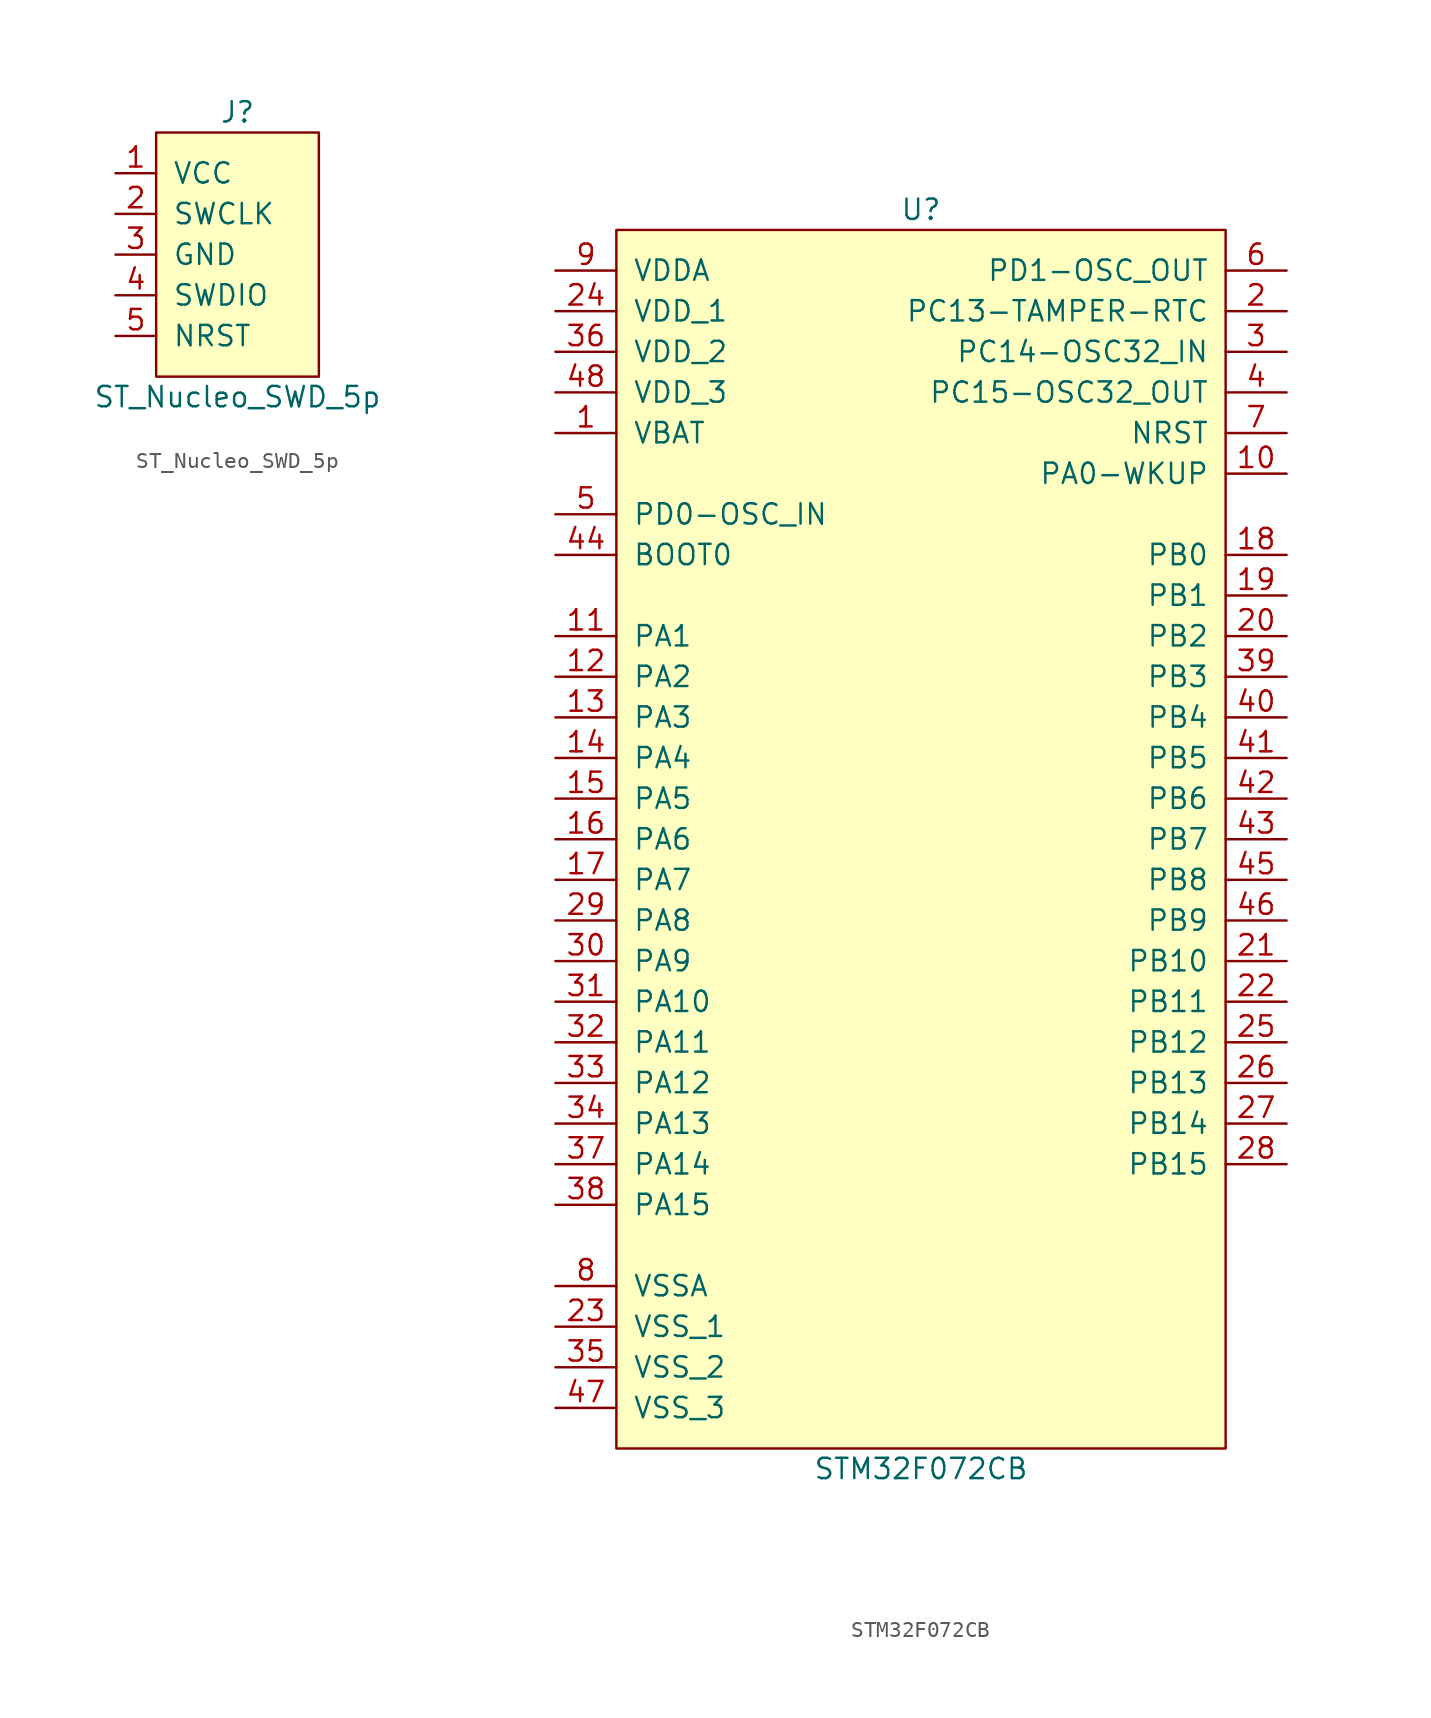
<source format=kicad_sym>
(kicad_symbol_lib
  (version 20220914)
  (generator kicad_symbol_editor)
  (symbol "ST_Nucleo_SWD_5p"
    (pin_names
      (offset 1.016))
    (property "Reference" "J"
      (at 0 8.89 0)
      (effects (font (size 1.27 1.27))))
    (property "Value" "ST_Nucleo_SWD_5p"
      (at 0 -8.89 0)
      (effects (font (size 1.27 1.27))))
    (property "Datasheet" ""
      (at 3.81 1.27 0)
      (effects (font (size 1.524 1.524))))
    (symbol "ST_Nucleo_SWD_5p_0_1"
      (rectangle (start -5.08 7.62) (end 5.08 -7.62) (stroke (width 0) (type default)) (fill (type background))))
    (symbol "ST_Nucleo_SWD_5p_1_1"
      (pin passive line (at -7.62 5.08 0) (length 2.54) (name "VCC" (effects (font (size 1.27 1.27)))) (number "1" (effects (font (size 1.27 1.27)))))
      (pin passive line (at -7.62 2.54 0) (length 2.54) (name "SWCLK" (effects (font (size 1.27 1.27)))) (number "2" (effects (font (size 1.27 1.27)))))
      (pin passive line (at -7.62 0 0) (length 2.54) (name "GND" (effects (font (size 1.27 1.27)))) (number "3" (effects (font (size 1.27 1.27)))))
      (pin passive line (at -7.62 -2.54 0) (length 2.54) (name "SWDIO" (effects (font (size 1.27 1.27)))) (number "4" (effects (font (size 1.27 1.27)))))
      (pin passive line (at -7.62 -5.08 0) (length 2.54) (name "NRST" (effects (font (size 1.27 1.27)))) (number "5" (effects (font (size 1.27 1.27)))))))
  (symbol "STM32F072CB"
    (pin_names
      (offset 1.016))
    (property "Reference" "U"
      (at 0 39.37 0)
      (effects (font (size 1.27 1.27))))
    (property "Value" "STM32F072CB"
      (at 0 -39.37 0)
      (effects (font (size 1.27 1.27))))
    (property "Datasheet" ""
      (at 0 0 0)
      (effects (font (size 1.27 1.27))))
    (property "ki_locked" ""
      (at 0 0 0)
      (effects (font (size 1.27 1.27))))
    (symbol "STM32F072CB_0_1"
      (rectangle (start -19.05 38.1) (end 19.05 -38.1) (stroke (width 0) (type default)) (fill (type background))))
    (symbol "STM32F072CB_1_1"
      (pin power_in line (at -22.86 25.4 0) (length 3.81) (name "VBAT" (effects (font (size 1.27 1.27)))) (number "1" (effects (font (size 1.27 1.27)))))
      (pin bidirectional line (at 22.86 22.86 180) (length 3.81) (name "PA0-WKUP" (effects (font (size 1.27 1.27)))) (number "10" (effects (font (size 1.27 1.27)))))
      (pin bidirectional line (at -22.86 12.7 0) (length 3.81) (name "PA1" (effects (font (size 1.27 1.27)))) (number "11" (effects (font (size 1.27 1.27)))))
      (pin bidirectional line (at -22.86 10.16 0) (length 3.81) (name "PA2" (effects (font (size 1.27 1.27)))) (number "12" (effects (font (size 1.27 1.27)))))
      (pin bidirectional line (at -22.86 7.62 0) (length 3.81) (name "PA3" (effects (font (size 1.27 1.27)))) (number "13" (effects (font (size 1.27 1.27)))))
      (pin bidirectional line (at -22.86 5.08 0) (length 3.81) (name "PA4" (effects (font (size 1.27 1.27)))) (number "14" (effects (font (size 1.27 1.27)))))
      (pin bidirectional line (at -22.86 2.54 0) (length 3.81) (name "PA5" (effects (font (size 1.27 1.27)))) (number "15" (effects (font (size 1.27 1.27)))))
      (pin bidirectional line (at -22.86 0 0) (length 3.81) (name "PA6" (effects (font (size 1.27 1.27)))) (number "16" (effects (font (size 1.27 1.27)))))
      (pin bidirectional line (at -22.86 -2.54 0) (length 3.81) (name "PA7" (effects (font (size 1.27 1.27)))) (number "17" (effects (font (size 1.27 1.27)))))
      (pin bidirectional line (at 22.86 17.78 180) (length 3.81) (name "PB0" (effects (font (size 1.27 1.27)))) (number "18" (effects (font (size 1.27 1.27)))))
      (pin bidirectional line (at 22.86 15.24 180) (length 3.81) (name "PB1" (effects (font (size 1.27 1.27)))) (number "19" (effects (font (size 1.27 1.27)))))
      (pin bidirectional line (at 22.86 33.02 180) (length 3.81) (name "PC13-TAMPER-RTC" (effects (font (size 1.27 1.27)))) (number "2" (effects (font (size 1.27 1.27)))))
      (pin bidirectional line (at 22.86 12.7 180) (length 3.81) (name "PB2" (effects (font (size 1.27 1.27)))) (number "20" (effects (font (size 1.27 1.27)))))
      (pin bidirectional line (at 22.86 -7.62 180) (length 3.81) (name "PB10" (effects (font (size 1.27 1.27)))) (number "21" (effects (font (size 1.27 1.27)))))
      (pin bidirectional line (at 22.86 -10.16 180) (length 3.81) (name "PB11" (effects (font (size 1.27 1.27)))) (number "22" (effects (font (size 1.27 1.27)))))
      (pin power_in line (at -22.86 -30.48 0) (length 3.81) (name "VSS_1" (effects (font (size 1.27 1.27)))) (number "23" (effects (font (size 1.27 1.27)))))
      (pin power_in line (at -22.86 33.02 0) (length 3.81) (name "VDD_1" (effects (font (size 1.27 1.27)))) (number "24" (effects (font (size 1.27 1.27)))))
      (pin bidirectional line (at 22.86 -12.7 180) (length 3.81) (name "PB12" (effects (font (size 1.27 1.27)))) (number "25" (effects (font (size 1.27 1.27)))))
      (pin bidirectional line (at 22.86 -15.24 180) (length 3.81) (name "PB13" (effects (font (size 1.27 1.27)))) (number "26" (effects (font (size 1.27 1.27)))))
      (pin bidirectional line (at 22.86 -17.78 180) (length 3.81) (name "PB14" (effects (font (size 1.27 1.27)))) (number "27" (effects (font (size 1.27 1.27)))))
      (pin bidirectional line (at 22.86 -20.32 180) (length 3.81) (name "PB15" (effects (font (size 1.27 1.27)))) (number "28" (effects (font (size 1.27 1.27)))))
      (pin bidirectional line (at -22.86 -5.08 0) (length 3.81) (name "PA8" (effects (font (size 1.27 1.27)))) (number "29" (effects (font (size 1.27 1.27)))))
      (pin bidirectional line (at 22.86 30.48 180) (length 3.81) (name "PC14-OSC32_IN" (effects (font (size 1.27 1.27)))) (number "3" (effects (font (size 1.27 1.27)))))
      (pin bidirectional line (at -22.86 -7.62 0) (length 3.81) (name "PA9" (effects (font (size 1.27 1.27)))) (number "30" (effects (font (size 1.27 1.27)))))
      (pin bidirectional line (at -22.86 -10.16 0) (length 3.81) (name "PA10" (effects (font (size 1.27 1.27)))) (number "31" (effects (font (size 1.27 1.27)))))
      (pin bidirectional line (at -22.86 -12.7 0) (length 3.81) (name "PA11" (effects (font (size 1.27 1.27)))) (number "32" (effects (font (size 1.27 1.27)))))
      (pin bidirectional line (at -22.86 -15.24 0) (length 3.81) (name "PA12" (effects (font (size 1.27 1.27)))) (number "33" (effects (font (size 1.27 1.27)))))
      (pin bidirectional line (at -22.86 -17.78 0) (length 3.81) (name "PA13" (effects (font (size 1.27 1.27)))) (number "34" (effects (font (size 1.27 1.27)))))
      (pin power_in line (at -22.86 -33.02 0) (length 3.81) (name "VSS_2" (effects (font (size 1.27 1.27)))) (number "35" (effects (font (size 1.27 1.27)))))
      (pin power_in line (at -22.86 30.48 0) (length 3.81) (name "VDD_2" (effects (font (size 1.27 1.27)))) (number "36" (effects (font (size 1.27 1.27)))))
      (pin bidirectional line (at -22.86 -20.32 0) (length 3.81) (name "PA14" (effects (font (size 1.27 1.27)))) (number "37" (effects (font (size 1.27 1.27)))))
      (pin bidirectional line (at -22.86 -22.86 0) (length 3.81) (name "PA15" (effects (font (size 1.27 1.27)))) (number "38" (effects (font (size 1.27 1.27)))))
      (pin bidirectional line (at 22.86 10.16 180) (length 3.81) (name "PB3" (effects (font (size 1.27 1.27)))) (number "39" (effects (font (size 1.27 1.27)))))
      (pin bidirectional line (at 22.86 27.94 180) (length 3.81) (name "PC15-OSC32_OUT" (effects (font (size 1.27 1.27)))) (number "4" (effects (font (size 1.27 1.27)))))
      (pin bidirectional line (at 22.86 7.62 180) (length 3.81) (name "PB4" (effects (font (size 1.27 1.27)))) (number "40" (effects (font (size 1.27 1.27)))))
      (pin bidirectional line (at 22.86 5.08 180) (length 3.81) (name "PB5" (effects (font (size 1.27 1.27)))) (number "41" (effects (font (size 1.27 1.27)))))
      (pin bidirectional line (at 22.86 2.54 180) (length 3.81) (name "PB6" (effects (font (size 1.27 1.27)))) (number "42" (effects (font (size 1.27 1.27)))))
      (pin bidirectional line (at 22.86 0 180) (length 3.81) (name "PB7" (effects (font (size 1.27 1.27)))) (number "43" (effects (font (size 1.27 1.27)))))
      (pin input line (at -22.86 17.78 0) (length 3.81) (name "BOOT0" (effects (font (size 1.27 1.27)))) (number "44" (effects (font (size 1.27 1.27)))))
      (pin bidirectional line (at 22.86 -2.54 180) (length 3.81) (name "PB8" (effects (font (size 1.27 1.27)))) (number "45" (effects (font (size 1.27 1.27)))))
      (pin bidirectional line (at 22.86 -5.08 180) (length 3.81) (name "PB9" (effects (font (size 1.27 1.27)))) (number "46" (effects (font (size 1.27 1.27)))))
      (pin power_in line (at -22.86 -35.56 0) (length 3.81) (name "VSS_3" (effects (font (size 1.27 1.27)))) (number "47" (effects (font (size 1.27 1.27)))))
      (pin power_in line (at -22.86 27.94 0) (length 3.81) (name "VDD_3" (effects (font (size 1.27 1.27)))) (number "48" (effects (font (size 1.27 1.27)))))
      (pin input line (at -22.86 20.32 0) (length 3.81) (name "PD0-OSC_IN" (effects (font (size 1.27 1.27)))) (number "5" (effects (font (size 1.27 1.27)))))
      (pin input line (at 22.86 35.56 180) (length 3.81) (name "PD1-OSC_OUT" (effects (font (size 1.27 1.27)))) (number "6" (effects (font (size 1.27 1.27)))))
      (pin input line (at 22.86 25.4 180) (length 3.81) (name "NRST" (effects (font (size 1.27 1.27)))) (number "7" (effects (font (size 1.27 1.27)))))
      (pin power_in line (at -22.86 -27.94 0) (length 3.81) (name "VSSA" (effects (font (size 1.27 1.27)))) (number "8" (effects (font (size 1.27 1.27)))))
      (pin power_in line (at -22.86 35.56 0) (length 3.81) (name "VDDA" (effects (font (size 1.27 1.27)))) (number "9" (effects (font (size 1.27 1.27))))))))
</source>
